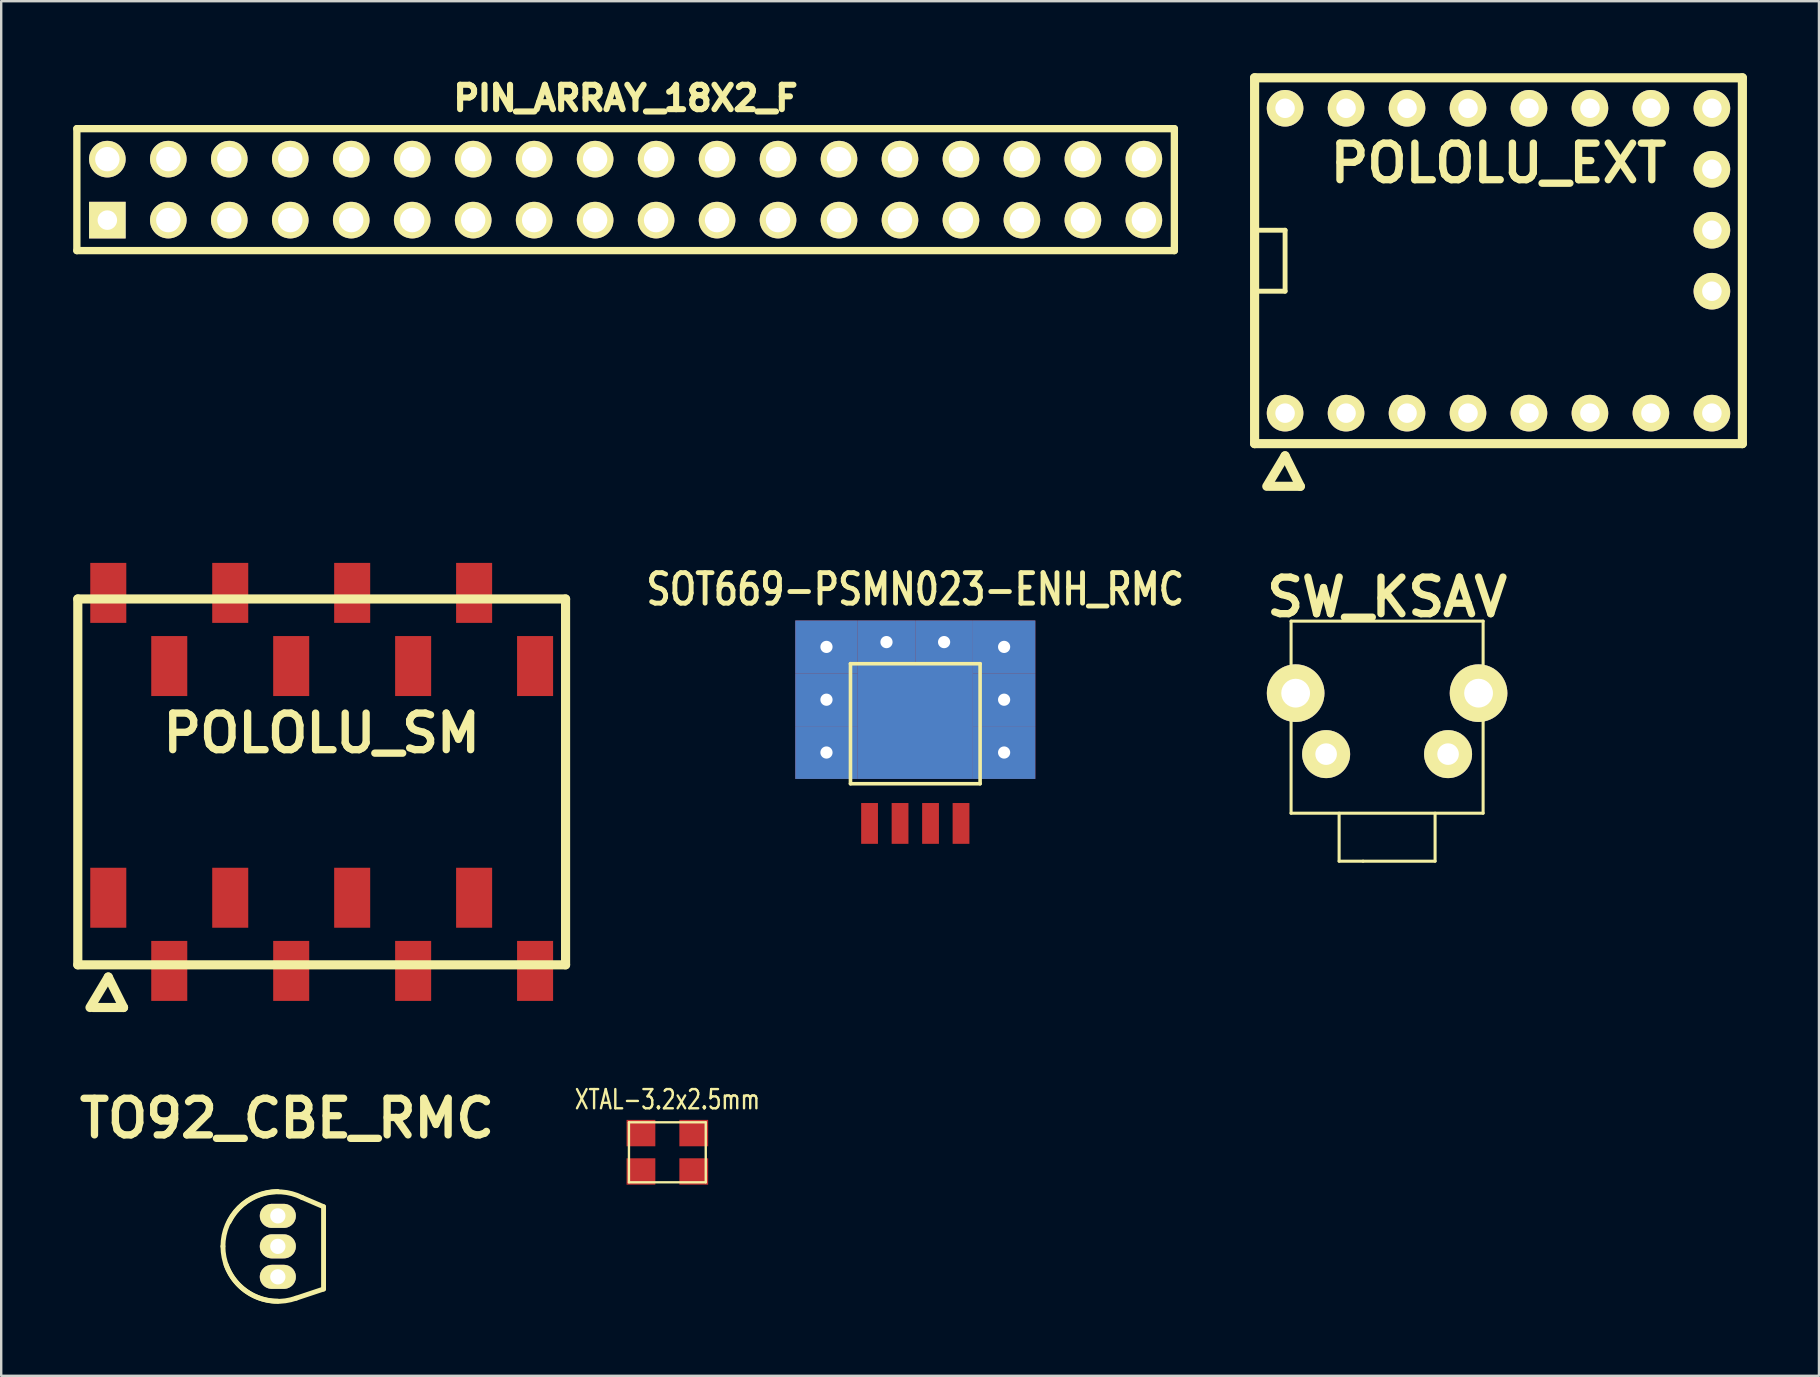
<source format=kicad_pcb>
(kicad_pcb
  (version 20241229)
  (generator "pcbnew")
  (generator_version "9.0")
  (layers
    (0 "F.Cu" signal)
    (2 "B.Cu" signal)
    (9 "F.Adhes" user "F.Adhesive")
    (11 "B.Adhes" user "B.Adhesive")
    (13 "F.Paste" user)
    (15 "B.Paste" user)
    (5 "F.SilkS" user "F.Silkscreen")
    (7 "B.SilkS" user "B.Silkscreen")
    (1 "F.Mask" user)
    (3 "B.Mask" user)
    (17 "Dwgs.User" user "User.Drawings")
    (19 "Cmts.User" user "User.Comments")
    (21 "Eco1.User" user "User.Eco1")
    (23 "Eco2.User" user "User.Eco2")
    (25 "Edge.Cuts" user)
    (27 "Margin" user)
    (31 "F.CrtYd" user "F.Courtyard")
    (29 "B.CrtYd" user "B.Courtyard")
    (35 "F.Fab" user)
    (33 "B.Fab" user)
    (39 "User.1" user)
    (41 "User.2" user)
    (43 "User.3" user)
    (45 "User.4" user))
  (footprint "TO92_CBE_RMC"
    (layer "F.Cu")
    (at 8.524 48.872)
    (property "Reference" "TO92_CBE_RMC" (at 0.381 -5.334 0) (layer "F.SilkS") (effects (font (size 1.524 1.524) (thickness 0.305))))
    (attr through_hole)
    (fp_line (start 1.016 -2.032) (end 1.905 -1.651) (stroke (width 0.203) (type solid)) (layer "F.SilkS"))
    (fp_line (start 1.905 -1.651) (end 1.905 1.778) (stroke (width 0.203) (type solid)) (layer "F.SilkS"))
    (fp_line (start 1.905 1.778) (end 0.762 2.159) (stroke (width 0.203) (type solid)) (layer "F.SilkS"))
    (fp_arc (start -2.286 0) (mid -1.616446 -1.616446) (end 0 -2.286) (stroke (width 0.2032) (type solid)) (layer "F.SilkS"))
    (fp_arc (start -2.032 -1.016) (mid -0.71842 -2.155261) (end 1.016 -2.032) (stroke (width 0.2032) (type solid)) (layer "F.SilkS"))
    (fp_arc (start 0 2.286) (mid -1.616446 1.616446) (end -2.286 0) (stroke (width 0.2032) (type solid)) (layer "F.SilkS"))
    (fp_arc (start 0.762 2.159) (mid -0.987828 2.065459) (end -2.159 0.762) (stroke (width 0.2032) (type solid)) (layer "F.SilkS"))
    (pad "B" thru_hole oval (at 0 0) (size 1.501 1.001) (drill 0.635) (layers "*.Cu" "*.Mask" "F.SilkS"))
    (pad "C" thru_hole oval (at 0 1.27) (size 1.501 1.001) (drill 0.635) (layers "*.Cu" "*.Mask" "F.SilkS"))
    (pad "E" thru_hole oval (at 0 -1.27) (size 1.501 1.001) (drill 0.635) (layers "*.Cu" "*.Mask" "F.SilkS")))
  (footprint "XTAL-3.2x2.5mm"
    (layer "F.Cu")
    (at 24.751 45.004)
    (property "Reference" "XTAL-3.2x2.5mm" (at 0 -2.25 0) (layer "F.SilkS") (effects (font (size 0.8 0.599) (thickness 0.099))))
    (attr through_hole)
    (fp_line (start -1.6 -1.3) (end 1.6 -1.3) (stroke (width 0.099) (type solid)) (layer "F.SilkS"))
    (fp_line (start -1.6 1.199) (end -1.6 -1.3) (stroke (width 0.099) (type solid)) (layer "F.SilkS"))
    (fp_line (start 1.6 -1.3) (end 1.6 1.199) (stroke (width 0.099) (type solid)) (layer "F.SilkS"))
    (fp_line (start 1.6 1.199) (end -1.6 1.199) (stroke (width 0.099) (type solid)) (layer "F.SilkS"))
    (pad "1" smd rect (at -1.1 0.749) (size 1.199 1.1) (layers "F.Cu" "F.Mask" "F.Paste"))
    (pad "2" smd rect (at 1.1 0.749) (size 1.199 1.1) (layers "F.Cu" "F.Mask" "F.Paste"))
    (pad "3" smd rect (at 1.1 -0.851) (size 1.199 1.1) (layers "F.Cu" "F.Mask" "F.Paste"))
    (pad "4" smd rect (at -1.1 -0.851) (size 1.199 1.1) (layers "F.Cu" "F.Mask" "F.Paste")))
  (footprint "SOT669-PSMN023-ENH_RMC"
    (layer "F.Cu")
    (at 35.08 30.999)
    (property "Reference" "SOT669-PSMN023-ENH_RMC" (at 0 -9.5 0) (layer "F.SilkS") (effects (font (size 1.27 1.016) (thickness 0.203))))
    (attr smd)
    (fp_line (start -2.7 -6.4) (end -2.7 -1.4) (stroke (width 0.15) (type solid)) (layer "F.SilkS"))
    (fp_line (start -2.7 -1.4) (end 2.7 -1.4) (stroke (width 0.15) (type solid)) (layer "F.SilkS"))
    (fp_line (start 2.7 -6.4) (end -2.7 -6.4) (stroke (width 0.15) (type solid)) (layer "F.SilkS"))
    (fp_line (start 2.7 -1.4) (end 2.7 -6.4) (stroke (width 0.15) (type solid)) (layer "F.SilkS"))
    (pad "1" smd rect (at -1.905 0.254) (size 0.7 1.7) (layers "F.Cu" "F.Mask" "F.Paste"))
    (pad "1" smd rect (at -0.635 0.254) (size 0.7 1.7) (layers "F.Cu" "F.Mask" "F.Paste"))
    (pad "1" smd rect (at 0.635 0.254) (size 0.7 1.7) (layers "F.Cu" "F.Mask" "F.Paste"))
    (pad "4" smd rect (at 1.905 0.254) (size 0.7 1.7) (layers "F.Cu" "F.Mask" "F.Paste"))
    (pad "5" thru_hole rect (at -3.7 -7.1) (size 2.6 2.2) (drill 0.508) (layers "*.Cu"))
    (pad "5" thru_hole rect (at -3.7 -4.9) (size 2.6 2.2) (drill 0.508) (layers "*.Cu"))
    (pad "5" thru_hole rect (at -3.7 -2.7) (size 2.6 2.2) (drill 0.508) (layers "*.Cu"))
    (pad "5" smd rect (at -1.65 -5.45) (size 0.6 0.9) (layers "F.Cu" "F.Mask" "F.Paste"))
    (pad "5" thru_hole rect (at -1.2 -7.3) (size 2.4 1.8) (drill 0.508) (layers "*.Cu"))
    (pad "5" smd rect (at -1.15 -3.85) (size 0.9 0.6) (layers "F.Cu" "F.Mask" "F.Paste"))
    (pad "5" smd rect (at -1.15 -3) (size 0.9 0.6) (layers "F.Cu" "F.Mask" "F.Paste"))
    (pad "5" smd rect (at -1.15 -2.15) (size 0.9 0.6) (layers "F.Cu" "F.Mask" "F.Paste"))
    (pad "5" smd rect (at -0.55 -5.45) (size 0.6 0.9) (layers "F.Cu" "F.Mask" "F.Paste"))
    (pad "5" smd rect (at 0 -4) (size 4.8 4.8) (layers "F.Cu" "F.Mask"))
    (pad "5" smd rect (at 0 -4) (size 4.8 4.8) (layers "B.Cu"))
    (pad "5" smd rect (at 0 -3.85) (size 0.9 0.6) (layers "F.Cu" "F.Mask" "F.Paste"))
    (pad "5" smd rect (at 0 -3) (size 0.9 0.6) (layers "F.Cu" "F.Mask" "F.Paste"))
    (pad "5" smd rect (at 0 -2.15) (size 0.9 0.6) (layers "F.Cu" "F.Mask" "F.Paste"))
    (pad "5" smd rect (at 0.55 -5.45) (size 0.6 0.9) (layers "F.Cu" "F.Mask" "F.Paste"))
    (pad "5" smd rect (at 1.15 -3.85) (size 0.9 0.6) (layers "F.Cu" "F.Mask" "F.Paste"))
    (pad "5" smd rect (at 1.15 -3) (size 0.9 0.6) (layers "F.Cu" "F.Mask" "F.Paste"))
    (pad "5" smd rect (at 1.15 -2.15) (size 0.9 0.6) (layers "F.Cu" "F.Mask" "F.Paste"))
    (pad "5" thru_hole rect (at 1.2 -7.3) (size 2.4 1.8) (drill 0.508) (layers "*.Cu"))
    (pad "5" smd rect (at 1.65 -5.45) (size 0.6 0.9) (layers "F.Cu" "F.Mask" "F.Paste"))
    (pad "5" thru_hole rect (at 3.7 -7.1) (size 2.6 2.2) (drill 0.508) (layers "*.Cu"))
    (pad "5" thru_hole rect (at 3.7 -4.9) (size 2.6 2.2) (drill 0.508) (layers "*.Cu"))
    (pad "5" thru_hole rect (at 3.7 -2.7) (size 2.6 2.2) (drill 0.508) (layers "*.Cu")))
  (footprint "SW_KSAV"
    (layer "F.Cu")
    (at 54.735 25.826)
    (property "Reference" "SW_KSAV" (at 0 -4 0) (layer "F.SilkS") (effects (font (size 1.524 1.524) (thickness 0.305))))
    (attr through_hole)
    (fp_line (start -4 -3) (end 4 -3) (stroke (width 0.127) (type solid)) (layer "F.SilkS"))
    (fp_line (start -4 5.001) (end -4 -3) (stroke (width 0.127) (type solid)) (layer "F.SilkS"))
    (fp_line (start -1.999 5.001) (end -1.999 7) (stroke (width 0.127) (type solid)) (layer "F.SilkS"))
    (fp_line (start -1.999 7) (end -1.001 7) (stroke (width 0.127) (type solid)) (layer "F.SilkS"))
    (fp_line (start -1.001 7) (end 1.999 7) (stroke (width 0.127) (type solid)) (layer "F.SilkS"))
    (fp_line (start 1.999 7) (end 1.999 5.001) (stroke (width 0.127) (type solid)) (layer "F.SilkS"))
    (fp_line (start 3.998 5.001) (end -4.003 5.001) (stroke (width 0.127) (type solid)) (layer "F.SilkS"))
    (fp_line (start 4 -3) (end 4 5.001) (stroke (width 0.127) (type solid)) (layer "F.SilkS"))
    (pad "1" thru_hole circle (at -2.54 2.54) (size 1.999 1.999) (drill 0.899) (layers "*.Cu" "*.Mask" "F.SilkS"))
    (pad "2" thru_hole circle (at 2.54 2.54) (size 1.999 1.999) (drill 0.899) (layers "*.Cu" "*.Mask" "F.SilkS"))
    (pad "3" thru_hole circle (at -3.81 0) (size 2.4 2.4) (drill 1.199) (layers "*.Cu" "*.Mask" "F.SilkS"))
    (pad "3" thru_hole circle (at 3.81 0) (size 2.4 2.4) (drill 1.199) (layers "*.Cu" "*.Mask" "F.SilkS")))
  (footprint "PIN_ARRAY_18X2_F"
    (layer "F.Cu")
    (at 23.012 4.85)
    (property "Reference" "PIN_ARRAY_18X2_F" (at 0 -3.81 0) (layer "F.SilkS") (effects (font (size 1.016 1.016) (thickness 0.254))))
    (attr through_hole)
    (fp_line (start -22.86 -2.54) (end -22.86 2.54) (stroke (width 0.305) (type solid)) (layer "F.SilkS"))
    (fp_line (start -22.86 -2.54) (end 22.86 -2.54) (stroke (width 0.305) (type solid)) (layer "F.SilkS"))
    (fp_line (start 22.86 -2.54) (end 22.86 2.54) (stroke (width 0.305) (type solid)) (layer "F.SilkS"))
    (fp_line (start 22.86 2.54) (end -22.86 2.54) (stroke (width 0.305) (type solid)) (layer "F.SilkS"))
    (pad "1" thru_hole rect (at -21.59 1.27) (size 1.524 1.524) (drill 0.813) (layers "*.Cu" "*.Mask" "F.SilkS"))
    (pad "2" thru_hole circle (at -21.59 -1.27) (size 1.524 1.524) (drill 1.016) (layers "*.Cu" "*.Mask" "F.SilkS"))
    (pad "3" thru_hole circle (at -19.05 1.27) (size 1.524 1.524) (drill 1.016) (layers "*.Cu" "*.Mask" "F.SilkS"))
    (pad "4" thru_hole circle (at -19.05 -1.27) (size 1.524 1.524) (drill 1.016) (layers "*.Cu" "*.Mask" "F.SilkS"))
    (pad "5" thru_hole circle (at -16.51 1.27) (size 1.524 1.524) (drill 1.016) (layers "*.Cu" "*.Mask" "F.SilkS"))
    (pad "6" thru_hole circle (at -16.51 -1.27) (size 1.524 1.524) (drill 1.016) (layers "*.Cu" "*.Mask" "F.SilkS"))
    (pad "7" thru_hole circle (at -13.97 1.27) (size 1.524 1.524) (drill 1.016) (layers "*.Cu" "*.Mask" "F.SilkS"))
    (pad "8" thru_hole circle (at -13.97 -1.27) (size 1.524 1.524) (drill 1.016) (layers "*.Cu" "*.Mask" "F.SilkS"))
    (pad "9" thru_hole circle (at -11.43 1.27) (size 1.524 1.524) (drill 1.016) (layers "*.Cu" "*.Mask" "F.SilkS"))
    (pad "10" thru_hole circle (at -11.43 -1.27) (size 1.524 1.524) (drill 1.016) (layers "*.Cu" "*.Mask" "F.SilkS"))
    (pad "11" thru_hole circle (at -8.89 1.27) (size 1.524 1.524) (drill 1.016) (layers "*.Cu" "*.Mask" "F.SilkS"))
    (pad "12" thru_hole circle (at -8.89 -1.27) (size 1.524 1.524) (drill 1.016) (layers "*.Cu" "*.Mask" "F.SilkS"))
    (pad "13" thru_hole circle (at -6.35 1.27) (size 1.524 1.524) (drill 1.016) (layers "*.Cu" "*.Mask" "F.SilkS"))
    (pad "14" thru_hole circle (at -6.35 -1.27) (size 1.524 1.524) (drill 1.016) (layers "*.Cu" "*.Mask" "F.SilkS"))
    (pad "15" thru_hole circle (at -3.81 1.27) (size 1.524 1.524) (drill 1.016) (layers "*.Cu" "*.Mask" "F.SilkS"))
    (pad "16" thru_hole circle (at -3.81 -1.27) (size 1.524 1.524) (drill 1.016) (layers "*.Cu" "*.Mask" "F.SilkS"))
    (pad "17" thru_hole circle (at -1.27 1.27) (size 1.524 1.524) (drill 1.016) (layers "*.Cu" "*.Mask" "F.SilkS"))
    (pad "18" thru_hole circle (at -1.27 -1.27) (size 1.524 1.524) (drill 1.016) (layers "*.Cu" "*.Mask" "F.SilkS"))
    (pad "19" thru_hole circle (at 1.27 1.27) (size 1.524 1.524) (drill 1.016) (layers "*.Cu" "*.Mask" "F.SilkS"))
    (pad "20" thru_hole circle (at 1.27 -1.27) (size 1.524 1.524) (drill 1.016) (layers "*.Cu" "*.Mask" "F.SilkS"))
    (pad "21" thru_hole circle (at 3.81 1.27) (size 1.524 1.524) (drill 1.016) (layers "*.Cu" "*.Mask" "F.SilkS"))
    (pad "22" thru_hole circle (at 3.81 -1.27) (size 1.524 1.524) (drill 1.016) (layers "*.Cu" "*.Mask" "F.SilkS"))
    (pad "23" thru_hole circle (at 6.35 1.27) (size 1.524 1.524) (drill 1.016) (layers "*.Cu" "*.Mask" "F.SilkS"))
    (pad "24" thru_hole circle (at 6.35 -1.27) (size 1.524 1.524) (drill 1.016) (layers "*.Cu" "*.Mask" "F.SilkS"))
    (pad "25" thru_hole circle (at 8.89 1.27) (size 1.524 1.524) (drill 1.016) (layers "*.Cu" "*.Mask" "F.SilkS"))
    (pad "26" thru_hole circle (at 8.89 -1.27) (size 1.524 1.524) (drill 1.016) (layers "*.Cu" "*.Mask" "F.SilkS"))
    (pad "27" thru_hole circle (at 11.43 1.27) (size 1.524 1.524) (drill 1.016) (layers "*.Cu" "*.Mask" "F.SilkS"))
    (pad "28" thru_hole circle (at 11.43 -1.27) (size 1.524 1.524) (drill 1.016) (layers "*.Cu" "*.Mask" "F.SilkS"))
    (pad "29" thru_hole circle (at 13.97 1.27) (size 1.524 1.524) (drill 1.016) (layers "*.Cu" "*.Mask" "F.SilkS"))
    (pad "30" thru_hole circle (at 13.97 -1.27) (size 1.524 1.524) (drill 1.016) (layers "*.Cu" "*.Mask" "F.SilkS"))
    (pad "31" thru_hole circle (at 16.51 1.27) (size 1.524 1.524) (drill 1.016) (layers "*.Cu" "*.Mask" "F.SilkS"))
    (pad "32" thru_hole circle (at 16.51 -1.27) (size 1.524 1.524) (drill 1.016) (layers "*.Cu" "*.Mask" "F.SilkS"))
    (pad "33" thru_hole circle (at 19.05 1.27) (size 1.524 1.524) (drill 1.016) (layers "*.Cu" "*.Mask" "F.SilkS"))
    (pad "34" thru_hole circle (at 19.05 -1.27) (size 1.524 1.524) (drill 1.016) (layers "*.Cu" "*.Mask" "F.SilkS"))
    (pad "35" thru_hole circle (at 21.59 1.27) (size 1.524 1.524) (drill 1.016) (layers "*.Cu" "*.Mask" "F.SilkS"))
    (pad "36" thru_hole circle (at 21.59 -1.27) (size 1.524 1.524) (drill 1.016) (layers "*.Cu" "*.Mask" "F.SilkS")))
  (footprint "POLOLU_SM"
    (layer "F.Cu")
    (at 10.351 35.873)
    (property "Reference" "POLOLU_SM" (at 0 -8.382 0) (layer "F.SilkS") (effects (font (size 1.524 1.524) (thickness 0.305))))
    (attr through_hole)
    (fp_line (start -10.16 -13.97) (end 10.16 -13.97) (stroke (width 0.381) (type solid)) (layer "F.SilkS"))
    (fp_line (start -10.16 1.27) (end -10.16 -13.97) (stroke (width 0.381) (type solid)) (layer "F.SilkS"))
    (fp_line (start -9.652 3.048) (end -8.89 1.778) (stroke (width 0.381) (type solid)) (layer "F.SilkS"))
    (fp_line (start -8.89 1.778) (end -8.255 3.048) (stroke (width 0.381) (type solid)) (layer "F.SilkS"))
    (fp_line (start -8.255 3.048) (end -9.525 3.048) (stroke (width 0.381) (type solid)) (layer "F.SilkS"))
    (fp_line (start 10.16 -13.97) (end 10.16 1.27) (stroke (width 0.381) (type solid)) (layer "F.SilkS"))
    (fp_line (start 10.16 1.27) (end -10.16 1.27) (stroke (width 0.381) (type solid)) (layer "F.SilkS"))
    (pad "1" smd rect (at -8.89 -1.524) (size 1.501 2.499) (layers "F.Cu" "F.Mask" "F.Paste"))
    (pad "2" smd rect (at -6.35 1.524) (size 1.501 2.499) (layers "F.Cu" "F.Mask" "F.Paste"))
    (pad "3" smd rect (at -3.81 -1.524) (size 1.501 2.499) (layers "F.Cu" "F.Mask" "F.Paste"))
    (pad "4" smd rect (at -1.27 1.524) (size 1.501 2.499) (layers "F.Cu" "F.Mask" "F.Paste"))
    (pad "5" smd rect (at 1.27 -1.524) (size 1.501 2.499) (layers "F.Cu" "F.Mask" "F.Paste"))
    (pad "6" smd rect (at 3.81 1.524) (size 1.501 2.499) (layers "F.Cu" "F.Mask" "F.Paste"))
    (pad "7" smd rect (at 6.35 -1.524) (size 1.501 2.499) (layers "F.Cu" "F.Mask" "F.Paste"))
    (pad "8" smd rect (at 8.89 1.524) (size 1.501 2.499) (layers "F.Cu" "F.Mask" "F.Paste"))
    (pad "9" smd rect (at 8.89 -11.176) (size 1.501 2.499) (layers "F.Cu" "F.Mask" "F.Paste"))
    (pad "10" smd rect (at 6.35 -14.224) (size 1.501 2.499) (layers "F.Cu" "F.Mask" "F.Paste"))
    (pad "11" smd rect (at 3.81 -11.176) (size 1.501 2.499) (layers "F.Cu" "F.Mask" "F.Paste"))
    (pad "12" smd rect (at 1.27 -14.224) (size 1.501 2.499) (layers "F.Cu" "F.Mask" "F.Paste"))
    (pad "13" smd rect (at -1.27 -11.176) (size 1.501 2.499) (layers "F.Cu" "F.Mask" "F.Paste"))
    (pad "14" smd rect (at -3.81 -14.224) (size 1.501 2.499) (layers "F.Cu" "F.Mask" "F.Paste"))
    (pad "15" smd rect (at -6.35 -11.176) (size 1.501 2.499) (layers "F.Cu" "F.Mask" "F.Paste"))
    (pad "16" smd rect (at -8.89 -14.224) (size 1.501 2.499) (layers "F.Cu" "F.Mask" "F.Paste")))
  (footprint "POLOLU_EXT"
    (layer "F.Cu")
    (at 59.375 14.161)
    (property "Reference" "POLOLU_EXT" (at 0 -10.414 0) (layer "F.SilkS") (effects (font (size 1.524 1.524) (thickness 0.305))))
    (attr through_hole)
    (fp_line (start -10.16 -13.97) (end 10.16 -13.97) (stroke (width 0.381) (type solid)) (layer "F.SilkS"))
    (fp_line (start -10.16 -7.62) (end -8.89 -7.62) (stroke (width 0.203) (type solid)) (layer "F.SilkS"))
    (fp_line (start -10.16 1.27) (end -10.16 -13.97) (stroke (width 0.381) (type solid)) (layer "F.SilkS"))
    (fp_line (start -9.652 3.048) (end -8.89 1.778) (stroke (width 0.381) (type solid)) (layer "F.SilkS"))
    (fp_line (start -8.89 -7.62) (end -8.89 -5.08) (stroke (width 0.203) (type solid)) (layer "F.SilkS"))
    (fp_line (start -8.89 -5.08) (end -10.16 -5.08) (stroke (width 0.203) (type solid)) (layer "F.SilkS"))
    (fp_line (start -8.89 1.778) (end -8.255 3.048) (stroke (width 0.381) (type solid)) (layer "F.SilkS"))
    (fp_line (start -8.255 3.048) (end -9.525 3.048) (stroke (width 0.381) (type solid)) (layer "F.SilkS"))
    (fp_line (start 10.16 -13.97) (end 10.16 1.27) (stroke (width 0.381) (type solid)) (layer "F.SilkS"))
    (fp_line (start 10.16 1.27) (end -10.16 1.27) (stroke (width 0.381) (type solid)) (layer "F.SilkS"))
    (pad "1" thru_hole circle (at -8.89 0) (size 1.524 1.524) (drill 0.813) (layers "*.Cu" "*.Mask" "F.SilkS"))
    (pad "2" thru_hole circle (at -6.35 0) (size 1.524 1.524) (drill 0.813) (layers "*.Cu" "*.Mask" "F.SilkS"))
    (pad "3" thru_hole circle (at -3.81 0) (size 1.524 1.524) (drill 0.813) (layers "*.Cu" "*.Mask" "F.SilkS"))
    (pad "4" thru_hole circle (at -1.27 0) (size 1.524 1.524) (drill 0.813) (layers "*.Cu" "*.Mask" "F.SilkS"))
    (pad "5" thru_hole circle (at 1.27 0) (size 1.524 1.524) (drill 0.813) (layers "*.Cu" "*.Mask" "F.SilkS"))
    (pad "6" thru_hole circle (at 3.81 0) (size 1.524 1.524) (drill 0.813) (layers "*.Cu" "*.Mask" "F.SilkS"))
    (pad "7" thru_hole circle (at 6.35 0) (size 1.524 1.524) (drill 0.813) (layers "*.Cu" "*.Mask" "F.SilkS"))
    (pad "8" thru_hole circle (at 8.89 0) (size 1.524 1.524) (drill 0.813) (layers "*.Cu" "*.Mask" "F.SilkS"))
    (pad "9" thru_hole circle (at 8.89 -12.7) (size 1.524 1.524) (drill 0.813) (layers "*.Cu" "*.Mask" "F.SilkS"))
    (pad "10" thru_hole circle (at 6.35 -12.7) (size 1.524 1.524) (drill 0.813) (layers "*.Cu" "*.Mask" "F.SilkS"))
    (pad "11" thru_hole circle (at 3.81 -12.7) (size 1.524 1.524) (drill 0.813) (layers "*.Cu" "*.Mask" "F.SilkS"))
    (pad "12" thru_hole circle (at 1.27 -12.7) (size 1.524 1.524) (drill 0.813) (layers "*.Cu" "*.Mask" "F.SilkS"))
    (pad "13" thru_hole circle (at -1.27 -12.7) (size 1.524 1.524) (drill 0.813) (layers "*.Cu" "*.Mask" "F.SilkS"))
    (pad "14" thru_hole circle (at -3.81 -12.7) (size 1.524 1.524) (drill 0.813) (layers "*.Cu" "*.Mask" "F.SilkS"))
    (pad "15" thru_hole circle (at -6.35 -12.7) (size 1.524 1.524) (drill 0.813) (layers "*.Cu" "*.Mask" "F.SilkS"))
    (pad "16" thru_hole circle (at -8.89 -12.7) (size 1.524 1.524) (drill 0.813) (layers "*.Cu" "*.Mask" "F.SilkS"))
    (pad "17" thru_hole circle (at 8.89 -10.16) (size 1.524 1.524) (drill 0.813) (layers "*.Cu" "*.Mask" "F.SilkS"))
    (pad "18" thru_hole circle (at 8.89 -7.62) (size 1.524 1.524) (drill 0.813) (layers "*.Cu" "*.Mask" "F.SilkS"))
    (pad "19" thru_hole circle (at 8.89 -5.08) (size 1.524 1.524) (drill 0.813) (layers "*.Cu" "*.Mask" "F.SilkS")))
  (gr_rect
    (start -3 -3)
    (end 72.726 54.263)
    (stroke (width 0.1) (type default))
    (fill no)
    (layer "Edge.Cuts")))
</source>
